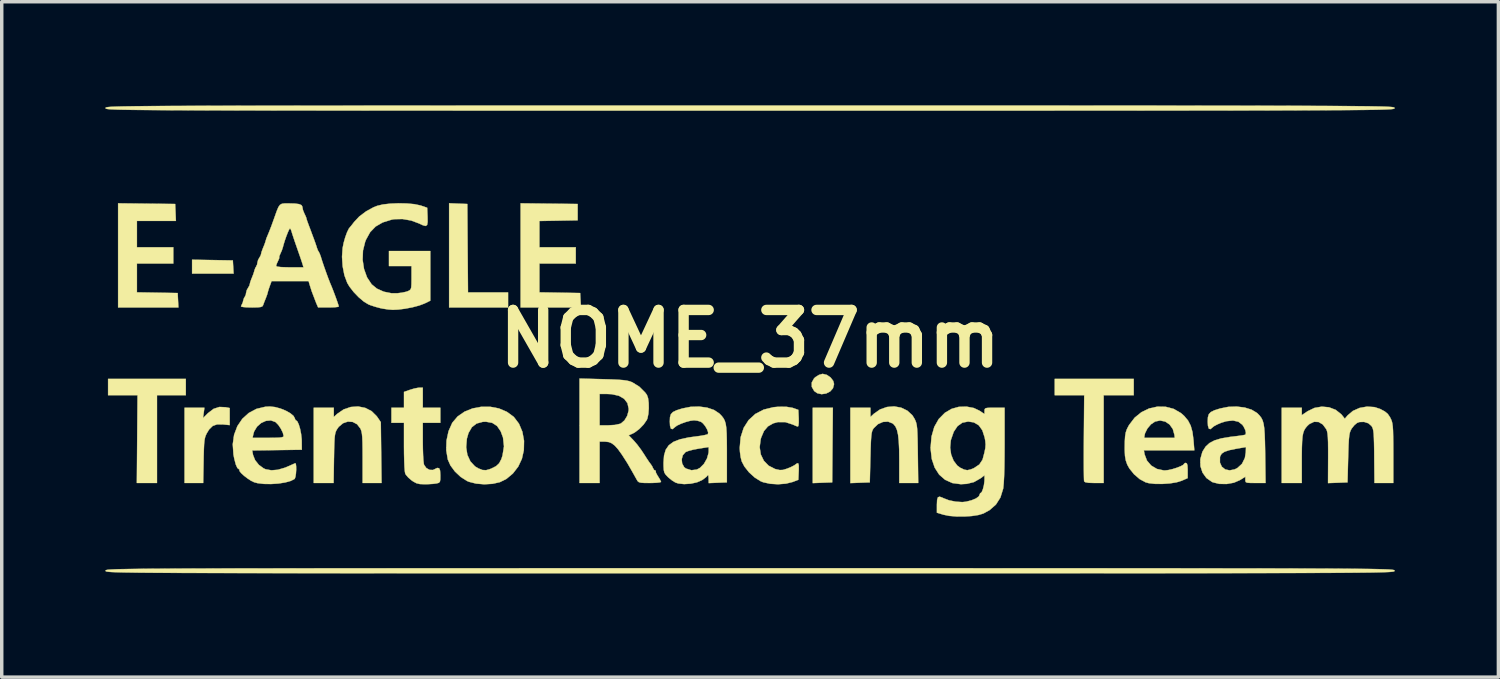
<source format=kicad_pcb>
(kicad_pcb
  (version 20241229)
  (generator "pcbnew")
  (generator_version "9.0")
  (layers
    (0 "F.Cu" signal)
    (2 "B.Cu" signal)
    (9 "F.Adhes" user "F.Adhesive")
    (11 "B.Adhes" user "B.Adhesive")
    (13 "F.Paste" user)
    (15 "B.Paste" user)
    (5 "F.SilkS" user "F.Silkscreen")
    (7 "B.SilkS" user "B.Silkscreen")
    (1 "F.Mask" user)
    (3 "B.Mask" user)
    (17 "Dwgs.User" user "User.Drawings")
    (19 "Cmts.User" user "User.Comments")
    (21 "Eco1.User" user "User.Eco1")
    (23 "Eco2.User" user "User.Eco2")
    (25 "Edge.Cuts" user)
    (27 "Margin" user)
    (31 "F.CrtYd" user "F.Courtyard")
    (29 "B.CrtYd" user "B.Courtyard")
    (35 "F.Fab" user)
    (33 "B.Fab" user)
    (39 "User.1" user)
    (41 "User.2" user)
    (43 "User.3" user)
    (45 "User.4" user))
  (footprint "NOME_37mm"
    (layer "F.Cu")
    (at 18.656 6.754)
    (property "Reference" "NOME_37mm" (at 0 0 0) (layer "F.SilkS") (effects (font (size 1.524 1.524) (thickness 0.3))))
    (attr through_hole)
    (fp_poly (pts (xy -15.557 -2.278) (xy -14.968 -2.268) (xy -14.946 -1.887) (xy -16.147 -1.887) (xy -16.147 -2.288) (xy -15.557 -2.278)) (stroke (width 0.01) (type solid)) (fill yes) (layer "F.SilkS"))
    (fp_poly (pts (xy 2.386 3.075) (xy 2.377 4.155) (xy 2.095 4.165) (xy 1.814 4.176) (xy 1.814 1.996) (xy 2.396 1.996) (xy 2.386 3.075)) (stroke (width 0.01) (type solid)) (fill yes) (layer "F.SilkS"))
    (fp_poly (pts (xy -8.445 -3.911) (xy -8.182 -3.901) (xy -8.173 -2.622) (xy -8.163 -1.343) (xy -7.003 -1.343) (xy -7.003 -0.907) (xy -8.709 -0.907) (xy -8.709 -3.922) (xy -8.445 -3.911)) (stroke (width 0.01) (type solid)) (fill yes) (layer "F.SilkS"))
    (fp_poly (pts (xy -16.329 1.633) (xy -17.163 1.633) (xy -17.163 4.173) (xy -17.746 4.173) (xy -17.736 2.903) (xy -17.726 1.633) (xy -18.152 1.633) (xy -18.578 1.633) (xy -18.578 1.161) (xy -16.329 1.161) (xy -16.329 1.633)) (stroke (width 0.01) (type solid)) (fill yes) (layer "F.SilkS"))
    (fp_poly (pts (xy -17.462 -3.91) (xy -16.637 -3.901) (xy -16.626 -3.656) (xy -16.616 -3.411) (xy -17.744 -3.411) (xy -17.744 -2.649) (xy -16.691 -2.649) (xy -16.691 -2.177) (xy -17.744 -2.177) (xy -17.744 -1.344) (xy -17.154 -1.334) (xy -16.564 -1.324) (xy -16.554 -1.116) (xy -16.543 -0.907) (xy -18.288 -0.907) (xy -18.288 -3.92) (xy -17.462 -3.91)) (stroke (width 0.01) (type solid)) (fill yes) (layer "F.SilkS"))
    (fp_poly (pts (xy -5.815 -3.91) (xy -4.989 -3.901) (xy -4.989 -3.429) (xy -5.543 -3.419) (xy -6.096 -3.409) (xy -6.096 -2.649) (xy -5.044 -2.649) (xy -5.044 -2.177) (xy -6.096 -2.177) (xy -6.096 -1.344) (xy -5.506 -1.334) (xy -4.917 -1.324) (xy -4.906 -1.116) (xy -4.895 -0.907) (xy -6.64 -0.907) (xy -6.64 -3.92) (xy -5.815 -3.91)) (stroke (width 0.01) (type solid)) (fill yes) (layer "F.SilkS"))
    (fp_poly (pts (xy 2.223 1.045) (xy 2.331 1.12) (xy 2.407 1.22) (xy 2.431 1.311) (xy 2.399 1.432) (xy 2.317 1.525) (xy 2.201 1.584) (xy 2.071 1.603) (xy 1.945 1.575) (xy 1.857 1.513) (xy 1.787 1.393) (xy 1.785 1.267) (xy 1.851 1.148) (xy 1.89 1.11) (xy 1.992 1.046) (xy 2.094 1.016) (xy 2.105 1.016) (xy 2.223 1.045)) (stroke (width 0.01) (type solid)) (fill yes) (layer "F.SilkS"))
    (fp_poly (pts (xy 11.103 1.633) (xy 10.233 1.633) (xy 10.233 4.173) (xy 9.959 4.173) (xy 9.798 4.168) (xy 9.702 4.151) (xy 9.668 4.126) (xy 9.664 4.08) (xy 9.661 3.97) (xy 9.659 3.805) (xy 9.658 3.593) (xy 9.658 3.345) (xy 9.659 3.068) (xy 9.66 2.856) (xy 9.67 1.633) (xy 9.244 1.633) (xy 8.817 1.633) (xy 8.817 1.161) (xy 11.103 1.161) (xy 11.103 1.633)) (stroke (width 0.01) (type solid)) (fill yes) (layer "F.SilkS"))
    (fp_poly (pts (xy -15.179 1.981) (xy -15.059 2.004) (xy -15.059 2.498) (xy -15.257 2.478) (xy -15.425 2.477) (xy -15.551 2.522) (xy -15.653 2.622) (xy -15.72 2.731) (xy -15.75 2.793) (xy -15.772 2.857) (xy -15.788 2.938) (xy -15.799 3.046) (xy -15.806 3.196) (xy -15.812 3.399) (xy -15.814 3.529) (xy -15.826 4.173) (xy -16.365 4.173) (xy -16.365 1.996) (xy -15.791 1.996) (xy -15.811 2.146) (xy -15.832 2.297) (xy -15.687 2.152) (xy -15.526 2.028) (xy -15.356 1.973) (xy -15.179 1.981)) (stroke (width 0.01) (type solid)) (fill yes) (layer "F.SilkS"))
    (fp_poly (pts (xy -11.136 2) (xy -10.952 2.094) (xy -10.803 2.242) (xy -10.79 2.26) (xy -10.686 2.413) (xy -10.675 3.293) (xy -10.664 4.173) (xy -11.212 4.173) (xy -11.212 3.449) (xy -11.213 3.193) (xy -11.216 2.998) (xy -11.222 2.855) (xy -11.232 2.751) (xy -11.247 2.675) (xy -11.267 2.618) (xy -11.276 2.598) (xy -11.373 2.473) (xy -11.499 2.406) (xy -11.639 2.396) (xy -11.778 2.443) (xy -11.903 2.547) (xy -11.948 2.61) (xy -11.976 2.659) (xy -11.997 2.712) (xy -12.012 2.781) (xy -12.023 2.876) (xy -12.03 3.008) (xy -12.036 3.19) (xy -12.04 3.432) (xy -12.041 3.456) (xy -12.052 4.173) (xy -12.627 4.173) (xy -12.627 1.996) (xy -12.047 1.996) (xy -12.047 2.263) (xy -11.947 2.172) (xy -11.761 2.044) (xy -11.555 1.974) (xy -11.342 1.959) (xy -11.136 2)) (stroke (width 0.01) (type solid)) (fill yes) (layer "F.SilkS"))
    (fp_poly (pts (xy 4.37 1.993) (xy 4.55 2.079) (xy 4.696 2.213) (xy 4.762 2.319) (xy 4.788 2.376) (xy 4.809 2.435) (xy 4.824 2.506) (xy 4.835 2.598) (xy 4.842 2.724) (xy 4.848 2.893) (xy 4.852 3.116) (xy 4.855 3.329) (xy 4.866 4.173) (xy 4.318 4.173) (xy 4.318 3.508) (xy 4.315 3.203) (xy 4.303 2.961) (xy 4.283 2.776) (xy 4.251 2.637) (xy 4.207 2.537) (xy 4.149 2.468) (xy 4.125 2.449) (xy 3.993 2.397) (xy 3.846 2.406) (xy 3.703 2.469) (xy 3.581 2.584) (xy 3.578 2.588) (xy 3.552 2.628) (xy 3.532 2.676) (xy 3.517 2.743) (xy 3.506 2.839) (xy 3.497 2.975) (xy 3.49 3.161) (xy 3.484 3.409) (xy 3.483 3.422) (xy 3.465 4.155) (xy 3.184 4.165) (xy 2.903 4.176) (xy 2.903 1.996) (xy 3.483 1.996) (xy 3.483 2.263) (xy 3.583 2.17) (xy 3.763 2.044) (xy 3.963 1.974) (xy 4.17 1.957) (xy 4.37 1.993)) (stroke (width 0.01) (type solid)) (fill yes) (layer "F.SilkS"))
    (fp_poly (pts (xy -9.471 1.415) (xy -9.471 1.996) (xy -8.963 1.996) (xy -8.963 2.431) (xy -9.471 2.431) (xy -9.471 2.991) (xy -9.468 3.193) (xy -9.462 3.375) (xy -9.453 3.523) (xy -9.441 3.62) (xy -9.435 3.645) (xy -9.371 3.738) (xy -9.277 3.793) (xy -9.179 3.797) (xy -9.142 3.781) (xy -9.054 3.737) (xy -8.999 3.746) (xy -8.971 3.812) (xy -8.963 3.943) (xy -8.963 3.951) (xy -8.964 4.07) (xy -8.976 4.136) (xy -9.007 4.168) (xy -9.066 4.184) (xy -9.076 4.186) (xy -9.175 4.199) (xy -9.311 4.207) (xy -9.415 4.209) (xy -9.555 4.204) (xy -9.655 4.18) (xy -9.748 4.13) (xy -9.793 4.099) (xy -9.889 4.017) (xy -9.961 3.933) (xy -9.98 3.897) (xy -9.991 3.833) (xy -10.001 3.709) (xy -10.008 3.539) (xy -10.013 3.336) (xy -10.015 3.118) (xy -10.015 2.431) (xy -10.378 2.431) (xy -10.378 1.996) (xy -10.015 1.996) (xy -10.015 1.538) (xy -9.842 1.477) (xy -9.719 1.44) (xy -9.607 1.418) (xy -9.57 1.415) (xy -9.471 1.415)) (stroke (width 0.01) (type solid)) (fill yes) (layer "F.SilkS"))
    (fp_poly (pts (xy 1.054 1.969) (xy 1.232 1.999) (xy 1.252 2.006) (xy 1.397 2.057) (xy 1.408 2.299) (xy 1.409 2.42) (xy 1.401 2.507) (xy 1.386 2.54) (xy 1.386 2.54) (xy 1.334 2.525) (xy 1.25 2.488) (xy 1.237 2.482) (xy 1.022 2.412) (xy 0.804 2.411) (xy 0.671 2.447) (xy 0.517 2.535) (xy 0.403 2.668) (xy 0.322 2.857) (xy 0.307 2.909) (xy 0.278 3.136) (xy 0.31 3.346) (xy 0.398 3.529) (xy 0.537 3.672) (xy 0.72 3.766) (xy 0.746 3.774) (xy 0.859 3.799) (xy 0.952 3.795) (xy 1.066 3.76) (xy 1.08 3.755) (xy 1.192 3.708) (xy 1.282 3.661) (xy 1.309 3.642) (xy 1.363 3.603) (xy 1.395 3.607) (xy 1.409 3.663) (xy 1.41 3.78) (xy 1.408 3.836) (xy 1.397 4.08) (xy 1.234 4.143) (xy 1.038 4.192) (xy 0.811 4.21) (xy 0.583 4.196) (xy 0.381 4.152) (xy 0.308 4.123) (xy 0.135 4.015) (xy -0.029 3.866) (xy -0.163 3.697) (xy -0.241 3.548) (xy -0.272 3.425) (xy -0.293 3.269) (xy -0.299 3.157) (xy -0.272 2.848) (xy -0.185 2.579) (xy -0.042 2.354) (xy 0.151 2.176) (xy 0.393 2.05) (xy 0.679 1.98) (xy 0.813 1.968) (xy 1.054 1.969)) (stroke (width 0.01) (type solid)) (fill yes) (layer "F.SilkS"))
    (fp_poly (pts (xy -7.268 2.016) (xy -7.037 2.114) (xy -6.837 2.261) (xy -6.834 2.265) (xy -6.687 2.458) (xy -6.589 2.692) (xy -6.541 2.953) (xy -6.547 3.225) (xy -6.603 3.473) (xy -6.709 3.699) (xy -6.864 3.899) (xy -7.052 4.056) (xy -7.24 4.149) (xy -7.453 4.197) (xy -7.691 4.211) (xy -7.927 4.191) (xy -8.132 4.139) (xy -8.19 4.115) (xy -8.374 3.998) (xy -8.54 3.842) (xy -8.671 3.665) (xy -8.747 3.494) (xy -8.792 3.226) (xy -8.79 3.138) (xy -8.216 3.138) (xy -8.181 3.359) (xy -8.094 3.548) (xy -7.959 3.693) (xy -7.867 3.749) (xy -7.746 3.797) (xy -7.64 3.803) (xy -7.516 3.767) (xy -7.484 3.754) (xy -7.35 3.686) (xy -7.261 3.603) (xy -7.198 3.484) (xy -7.164 3.379) (xy -7.121 3.114) (xy -7.149 2.859) (xy -7.217 2.676) (xy -7.322 2.523) (xy -7.463 2.432) (xy -7.644 2.4) (xy -7.736 2.404) (xy -7.914 2.452) (xy -8.051 2.559) (xy -8.148 2.726) (xy -8.196 2.893) (xy -8.216 3.138) (xy -8.79 3.138) (xy -8.784 2.945) (xy -8.726 2.675) (xy -8.621 2.438) (xy -8.613 2.425) (xy -8.46 2.245) (xy -8.261 2.108) (xy -8.029 2.015) (xy -7.778 1.968) (xy -7.52 1.968) (xy -7.268 2.016)) (stroke (width 0.01) (type solid)) (fill yes) (layer "F.SilkS"))
    (fp_poly (pts (xy 12.027 1.968) (xy 12.259 2.029) (xy 12.471 2.151) (xy 12.561 2.231) (xy 12.674 2.365) (xy 12.752 2.515) (xy 12.803 2.699) (xy 12.833 2.935) (xy 12.834 2.948) (xy 12.856 3.229) (xy 11.396 3.229) (xy 11.418 3.347) (xy 11.486 3.526) (xy 11.609 3.669) (xy 11.775 3.767) (xy 11.971 3.809) (xy 12.006 3.81) (xy 12.104 3.799) (xy 12.226 3.771) (xy 12.351 3.732) (xy 12.461 3.689) (xy 12.535 3.649) (xy 12.555 3.624) (xy 12.584 3.596) (xy 12.609 3.592) (xy 12.641 3.609) (xy 12.658 3.668) (xy 12.664 3.783) (xy 12.664 3.812) (xy 12.664 4.032) (xy 12.491 4.108) (xy 12.342 4.154) (xy 12.148 4.185) (xy 11.934 4.2) (xy 11.724 4.199) (xy 11.543 4.179) (xy 11.446 4.153) (xy 11.276 4.061) (xy 11.112 3.92) (xy 10.977 3.752) (xy 10.916 3.642) (xy 10.874 3.523) (xy 10.85 3.389) (xy 10.842 3.215) (xy 10.842 3.16) (xy 10.845 2.963) (xy 10.851 2.867) (xy 11.404 2.867) (xy 12.291 2.867) (xy 12.281 2.78) (xy 12.234 2.611) (xy 12.14 2.48) (xy 12.013 2.395) (xy 11.865 2.365) (xy 11.721 2.395) (xy 11.603 2.474) (xy 11.499 2.596) (xy 11.431 2.732) (xy 11.422 2.767) (xy 11.404 2.867) (xy 10.851 2.867) (xy 10.854 2.82) (xy 10.872 2.712) (xy 10.903 2.62) (xy 10.951 2.526) (xy 10.971 2.492) (xy 11.131 2.282) (xy 11.328 2.123) (xy 11.55 2.016) (xy 11.787 1.964) (xy 12.027 1.968)) (stroke (width 0.01) (type solid)) (fill yes) (layer "F.SilkS"))
    (fp_poly (pts (xy -9.935 -3.916) (xy -9.717 -3.896) (xy -9.545 -3.86) (xy -9.525 -3.854) (xy -9.344 -3.792) (xy -9.333 -3.529) (xy -9.331 -3.379) (xy -9.346 -3.294) (xy -9.388 -3.265) (xy -9.467 -3.285) (xy -9.573 -3.335) (xy -9.805 -3.422) (xy -10.057 -3.466) (xy -10.3 -3.461) (xy -10.371 -3.448) (xy -10.632 -3.367) (xy -10.836 -3.249) (xy -10.994 -3.086) (xy -11.114 -2.869) (xy -11.139 -2.806) (xy -11.202 -2.553) (xy -11.212 -2.285) (xy -11.172 -2.021) (xy -11.085 -1.779) (xy -10.953 -1.578) (xy -10.952 -1.577) (xy -10.798 -1.451) (xy -10.598 -1.362) (xy -10.373 -1.317) (xy -10.214 -1.317) (xy -10.077 -1.334) (xy -9.955 -1.36) (xy -9.897 -1.38) (xy -9.85 -1.405) (xy -9.821 -1.436) (xy -9.805 -1.489) (xy -9.799 -1.581) (xy -9.797 -1.726) (xy -9.797 -1.766) (xy -9.797 -2.105) (xy -10.45 -2.105) (xy -10.45 -2.54) (xy -9.253 -2.54) (xy -9.253 -1.103) (xy -9.423 -1.02) (xy -9.572 -0.964) (xy -9.767 -0.912) (xy -9.981 -0.871) (xy -10.187 -0.845) (xy -10.341 -0.838) (xy -10.476 -0.849) (xy -10.632 -0.873) (xy -10.704 -0.888) (xy -10.848 -0.927) (xy -10.988 -0.973) (xy -11.045 -0.996) (xy -11.178 -1.077) (xy -11.327 -1.203) (xy -11.472 -1.354) (xy -11.594 -1.512) (xy -11.657 -1.618) (xy -11.739 -1.837) (xy -11.79 -2.098) (xy -11.808 -2.373) (xy -11.791 -2.623) (xy -11.761 -2.776) (xy -11.716 -2.935) (xy -11.664 -3.078) (xy -11.612 -3.186) (xy -11.578 -3.229) (xy -11.545 -3.267) (xy -11.487 -3.342) (xy -11.458 -3.38) (xy -11.308 -3.54) (xy -11.111 -3.688) (xy -10.894 -3.807) (xy -10.792 -3.847) (xy -10.625 -3.887) (xy -10.412 -3.911) (xy -10.174 -3.921) (xy -9.935 -3.916)) (stroke (width 0.01) (type solid)) (fill yes) (layer "F.SilkS"))
    (fp_poly (pts (xy 18.07 1.977) (xy 18.234 2.031) (xy 18.367 2.102) (xy 18.454 2.173) (xy 18.517 2.265) (xy 18.551 2.333) (xy 18.572 2.386) (xy 18.587 2.451) (xy 18.599 2.539) (xy 18.607 2.658) (xy 18.611 2.82) (xy 18.614 3.034) (xy 18.615 3.31) (xy 18.615 3.321) (xy 18.615 4.173) (xy 18.07 4.173) (xy 18.064 3.529) (xy 18.062 3.249) (xy 18.058 3.033) (xy 18.053 2.87) (xy 18.047 2.751) (xy 18.037 2.666) (xy 18.024 2.607) (xy 18.007 2.562) (xy 17.984 2.524) (xy 17.983 2.523) (xy 17.894 2.445) (xy 17.768 2.405) (xy 17.636 2.409) (xy 17.566 2.435) (xy 17.487 2.501) (xy 17.411 2.596) (xy 17.401 2.613) (xy 17.375 2.664) (xy 17.355 2.724) (xy 17.34 2.804) (xy 17.329 2.916) (xy 17.32 3.07) (xy 17.313 3.278) (xy 17.308 3.447) (xy 17.29 4.155) (xy 16.726 4.176) (xy 16.729 3.452) (xy 16.729 3.191) (xy 16.727 2.993) (xy 16.721 2.847) (xy 16.711 2.742) (xy 16.696 2.67) (xy 16.676 2.618) (xy 16.676 2.618) (xy 16.575 2.48) (xy 16.454 2.408) (xy 16.322 2.402) (xy 16.189 2.465) (xy 16.129 2.519) (xy 16.077 2.58) (xy 16.037 2.645) (xy 16.008 2.724) (xy 15.988 2.827) (xy 15.976 2.967) (xy 15.969 3.152) (xy 15.966 3.393) (xy 15.966 3.547) (xy 15.966 4.173) (xy 15.385 4.173) (xy 15.385 1.996) (xy 15.966 1.996) (xy 15.966 2.211) (xy 16.136 2.096) (xy 16.333 2.001) (xy 16.545 1.964) (xy 16.755 1.983) (xy 16.948 2.057) (xy 17.107 2.183) (xy 17.131 2.211) (xy 17.212 2.313) (xy 17.293 2.217) (xy 17.446 2.087) (xy 17.64 2.001) (xy 17.855 1.963) (xy 18.07 1.977)) (stroke (width 0.01) (type solid)) (fill yes) (layer "F.SilkS"))
    (fp_poly (pts (xy -13.748 1.976) (xy -13.589 2.019) (xy -13.436 2.081) (xy -13.305 2.155) (xy -13.212 2.232) (xy -13.172 2.305) (xy -13.172 2.312) (xy -13.152 2.355) (xy -13.14 2.359) (xy -13.101 2.392) (xy -13.06 2.48) (xy -13.022 2.606) (xy -12.993 2.753) (xy -12.976 2.902) (xy -12.974 2.957) (xy -12.972 3.211) (xy -13.69 3.221) (xy -14.408 3.231) (xy -14.383 3.364) (xy -14.324 3.512) (xy -14.215 3.649) (xy -14.077 3.75) (xy -14.016 3.777) (xy -13.852 3.806) (xy -13.667 3.791) (xy -13.451 3.728) (xy -13.195 3.616) (xy -13.163 3.6) (xy -13.145 3.621) (xy -13.136 3.692) (xy -13.135 3.792) (xy -13.142 3.899) (xy -13.156 3.992) (xy -13.176 4.05) (xy -13.181 4.056) (xy -13.291 4.113) (xy -13.454 4.158) (xy -13.651 4.189) (xy -13.862 4.203) (xy -14.069 4.2) (xy -14.252 4.178) (xy -14.353 4.151) (xy -14.443 4.107) (xy -14.545 4.04) (xy -14.645 3.963) (xy -14.726 3.888) (xy -14.775 3.827) (xy -14.779 3.796) (xy -14.783 3.775) (xy -14.794 3.774) (xy -14.838 3.738) (xy -14.883 3.636) (xy -14.926 3.472) (xy -14.95 3.349) (xy -14.97 3.052) (xy -14.944 2.867) (xy -14.398 2.867) (xy -13.948 2.867) (xy -13.758 2.865) (xy -13.628 2.861) (xy -13.55 2.851) (xy -13.51 2.836) (xy -13.498 2.813) (xy -13.498 2.811) (xy -13.521 2.718) (xy -13.578 2.602) (xy -13.653 2.491) (xy -13.729 2.414) (xy -13.735 2.409) (xy -13.866 2.362) (xy -14.01 2.375) (xy -14.148 2.437) (xy -14.267 2.541) (xy -14.35 2.678) (xy -14.37 2.742) (xy -14.398 2.867) (xy -14.944 2.867) (xy -14.931 2.777) (xy -14.837 2.529) (xy -14.694 2.317) (xy -14.507 2.147) (xy -14.283 2.028) (xy -14.026 1.967) (xy -13.897 1.96) (xy -13.748 1.976)) (stroke (width 0.01) (type solid)) (fill yes) (layer "F.SilkS"))
    (fp_poly (pts (xy -4.254 1.169) (xy -4.004 1.176) (xy -3.814 1.185) (xy -3.673 1.196) (xy -3.567 1.211) (xy -3.486 1.23) (xy -3.417 1.256) (xy -3.41 1.259) (xy -3.206 1.385) (xy -3.032 1.559) (xy -2.985 1.624) (xy -2.952 1.716) (xy -2.934 1.855) (xy -2.931 2.015) (xy -2.943 2.172) (xy -2.969 2.301) (xy -2.987 2.346) (xy -3.08 2.481) (xy -3.207 2.612) (xy -3.343 2.714) (xy -3.398 2.743) (xy -3.513 2.792) (xy -3.362 2.95) (xy -3.263 3.065) (xy -3.154 3.211) (xy -3.068 3.341) (xy -2.992 3.46) (xy -2.926 3.559) (xy -2.883 3.617) (xy -2.88 3.62) (xy -2.831 3.693) (xy -2.812 3.738) (xy -2.777 3.796) (xy -2.749 3.81) (xy -2.726 3.824) (xy -2.73 3.831) (xy -2.725 3.871) (xy -2.686 3.946) (xy -2.664 3.981) (xy -2.61 4.068) (xy -2.579 4.13) (xy -2.576 4.142) (xy -2.61 4.155) (xy -2.7 4.166) (xy -2.83 4.172) (xy -2.901 4.173) (xy -3.057 4.172) (xy -3.156 4.165) (xy -3.215 4.15) (xy -3.251 4.122) (xy -3.273 4.087) (xy -3.335 3.976) (xy -3.408 3.846) (xy -3.481 3.719) (xy -3.541 3.615) (xy -3.575 3.56) (xy -3.71 3.35) (xy -3.82 3.197) (xy -3.915 3.091) (xy -4.002 3.024) (xy -4.093 2.988) (xy -4.195 2.976) (xy -4.225 2.975) (xy -4.354 2.975) (xy -4.354 4.173) (xy -4.935 4.173) (xy -4.935 1.597) (xy -4.354 1.597) (xy -4.354 2.504) (xy -4.098 2.504) (xy -3.911 2.493) (xy -3.769 2.462) (xy -3.733 2.447) (xy -3.634 2.361) (xy -3.556 2.231) (xy -3.515 2.083) (xy -3.512 2.026) (xy -3.548 1.863) (xy -3.644 1.737) (xy -3.797 1.649) (xy -4.004 1.603) (xy -4.137 1.597) (xy -4.354 1.597) (xy -4.935 1.597) (xy -4.935 1.151) (xy -4.254 1.169)) (stroke (width 0.01) (type solid)) (fill yes) (layer "F.SilkS"))
    (fp_poly (pts (xy 14.314 1.99) (xy 14.514 2.052) (xy 14.668 2.145) (xy 14.684 2.159) (xy 14.747 2.224) (xy 14.797 2.29) (xy 14.834 2.366) (xy 14.861 2.462) (xy 14.88 2.588) (xy 14.892 2.754) (xy 14.9 2.971) (xy 14.906 3.247) (xy 14.907 3.329) (xy 14.918 4.173) (xy 14.626 4.173) (xy 14.481 4.172) (xy 14.394 4.166) (xy 14.35 4.151) (xy 14.335 4.121) (xy 14.333 4.082) (xy 14.333 3.991) (xy 14.179 4.088) (xy 14.003 4.164) (xy 13.794 4.202) (xy 13.581 4.199) (xy 13.393 4.153) (xy 13.368 4.142) (xy 13.207 4.029) (xy 13.094 3.873) (xy 13.034 3.687) (xy 13.032 3.582) (xy 13.598 3.582) (xy 13.652 3.702) (xy 13.749 3.78) (xy 13.878 3.808) (xy 14.025 3.779) (xy 14.104 3.739) (xy 14.236 3.618) (xy 14.319 3.451) (xy 14.346 3.285) (xy 14.351 3.134) (xy 14.061 3.184) (xy 13.866 3.224) (xy 13.732 3.269) (xy 13.649 3.324) (xy 13.606 3.396) (xy 13.599 3.427) (xy 13.598 3.582) (xy 13.032 3.582) (xy 13.03 3.485) (xy 13.087 3.281) (xy 13.101 3.251) (xy 13.185 3.119) (xy 13.295 3.018) (xy 13.441 2.941) (xy 13.635 2.883) (xy 13.888 2.84) (xy 13.98 2.829) (xy 14.128 2.811) (xy 14.247 2.794) (xy 14.32 2.78) (xy 14.333 2.776) (xy 14.35 2.727) (xy 14.332 2.642) (xy 14.285 2.544) (xy 14.247 2.488) (xy 14.132 2.4) (xy 13.975 2.365) (xy 13.783 2.385) (xy 13.638 2.429) (xy 13.52 2.479) (xy 13.427 2.529) (xy 13.388 2.56) (xy 13.323 2.615) (xy 13.277 2.601) (xy 13.251 2.517) (xy 13.244 2.396) (xy 13.25 2.27) (xy 13.276 2.183) (xy 13.334 2.121) (xy 13.437 2.07) (xy 13.599 2.019) (xy 13.605 2.017) (xy 13.841 1.97) (xy 14.083 1.962) (xy 14.314 1.99)) (stroke (width 0.01) (type solid)) (fill yes) (layer "F.SilkS"))
    (fp_poly (pts (xy -1.242 1.993) (xy -1.043 2.06) (xy -0.891 2.161) (xy -0.884 2.167) (xy -0.819 2.235) (xy -0.769 2.3) (xy -0.732 2.372) (xy -0.705 2.461) (xy -0.688 2.578) (xy -0.678 2.733) (xy -0.673 2.936) (xy -0.671 3.197) (xy -0.671 3.32) (xy -0.671 4.155) (xy -0.934 4.165) (xy -1.197 4.176) (xy -1.2 4.038) (xy -1.206 3.963) (xy -1.218 3.941) (xy -1.222 3.948) (xy -1.262 3.994) (xy -1.343 4.057) (xy -1.391 4.09) (xy -1.537 4.154) (xy -1.718 4.193) (xy -1.907 4.205) (xy -2.075 4.187) (xy -2.159 4.16) (xy -2.255 4.101) (xy -2.359 4.017) (xy -2.386 3.991) (xy -2.445 3.928) (xy -2.48 3.871) (xy -2.497 3.797) (xy -2.503 3.686) (xy -2.504 3.587) (xy -2.497 3.488) (xy -1.978 3.488) (xy -1.965 3.611) (xy -1.907 3.715) (xy -1.855 3.755) (xy -1.697 3.804) (xy -1.54 3.784) (xy -1.447 3.734) (xy -1.334 3.619) (xy -1.246 3.464) (xy -1.201 3.303) (xy -1.197 3.255) (xy -1.197 3.133) (xy -1.492 3.18) (xy -1.641 3.208) (xy -1.771 3.242) (xy -1.857 3.274) (xy -1.868 3.28) (xy -1.946 3.369) (xy -1.978 3.488) (xy -2.497 3.488) (xy -2.489 3.378) (xy -2.441 3.212) (xy -2.352 3.082) (xy -2.217 2.983) (xy -2.027 2.909) (xy -1.777 2.855) (xy -1.576 2.828) (xy -1.428 2.808) (xy -1.308 2.786) (xy -1.234 2.766) (xy -1.22 2.759) (xy -1.213 2.706) (xy -1.243 2.622) (xy -1.297 2.528) (xy -1.364 2.447) (xy -1.418 2.404) (xy -1.52 2.371) (xy -1.622 2.359) (xy -1.73 2.373) (xy -1.864 2.409) (xy -2 2.458) (xy -2.114 2.512) (xy -2.178 2.56) (xy -2.244 2.615) (xy -2.29 2.601) (xy -2.316 2.517) (xy -2.322 2.396) (xy -2.317 2.27) (xy -2.291 2.183) (xy -2.233 2.121) (xy -2.129 2.07) (xy -1.968 2.019) (xy -1.962 2.017) (xy -1.719 1.969) (xy -1.473 1.962) (xy -1.242 1.993)) (stroke (width 0.01) (type solid)) (fill yes) (layer "F.SilkS"))
    (fp_poly (pts (xy 6.474 2.003) (xy 6.635 2.079) (xy 6.785 2.178) (xy 6.785 2.087) (xy 6.788 2.042) (xy 6.807 2.015) (xy 6.857 2.001) (xy 6.952 1.996) (xy 7.076 1.996) (xy 7.366 1.996) (xy 7.366 3.06) (xy 7.364 3.414) (xy 7.36 3.722) (xy 7.352 3.978) (xy 7.341 4.176) (xy 7.328 4.31) (xy 7.324 4.339) (xy 7.245 4.593) (xy 7.115 4.797) (xy 6.93 4.959) (xy 6.753 5.056) (xy 6.61 5.099) (xy 6.417 5.129) (xy 6.198 5.143) (xy 5.973 5.142) (xy 5.765 5.125) (xy 5.597 5.091) (xy 5.407 5.033) (xy 5.407 4.803) (xy 5.413 4.663) (xy 5.436 4.588) (xy 5.485 4.569) (xy 5.567 4.598) (xy 5.597 4.613) (xy 5.759 4.675) (xy 5.953 4.714) (xy 6.145 4.726) (xy 6.25 4.715) (xy 6.41 4.674) (xy 6.538 4.621) (xy 6.619 4.562) (xy 6.64 4.517) (xy 6.659 4.469) (xy 6.675 4.463) (xy 6.707 4.431) (xy 6.74 4.348) (xy 6.768 4.236) (xy 6.783 4.118) (xy 6.785 4.071) (xy 6.785 3.951) (xy 6.668 4.039) (xy 6.482 4.145) (xy 6.273 4.198) (xy 6.1 4.208) (xy 5.855 4.175) (xy 5.645 4.081) (xy 5.472 3.93) (xy 5.343 3.728) (xy 5.259 3.479) (xy 5.226 3.189) (xy 5.225 3.15) (xy 5.79 3.15) (xy 5.819 3.35) (xy 5.89 3.529) (xy 5.997 3.67) (xy 6.085 3.734) (xy 6.198 3.787) (xy 6.287 3.803) (xy 6.383 3.782) (xy 6.483 3.74) (xy 6.634 3.639) (xy 6.725 3.503) (xy 6.737 3.465) (xy 6.783 3.29) (xy 6.809 3.161) (xy 6.816 3.056) (xy 6.807 2.952) (xy 6.789 2.855) (xy 6.722 2.648) (xy 6.618 2.503) (xy 6.475 2.419) (xy 6.311 2.395) (xy 6.143 2.428) (xy 6.003 2.528) (xy 5.894 2.691) (xy 5.815 2.918) (xy 5.808 2.947) (xy 5.79 3.15) (xy 5.225 3.15) (xy 5.225 3.149) (xy 5.252 2.828) (xy 5.331 2.551) (xy 5.461 2.321) (xy 5.639 2.141) (xy 5.835 2.027) (xy 6.041 1.97) (xy 6.262 1.963) (xy 6.474 2.003)) (stroke (width 0.01) (type solid)) (fill yes) (layer "F.SilkS"))
    (fp_poly (pts (xy -13.172 -3.913) (xy -13.051 -3.897) (xy -12.981 -3.867) (xy -12.955 -3.819) (xy -12.954 -3.804) (xy -12.938 -3.723) (xy -12.899 -3.627) (xy -12.86 -3.546) (xy -12.84 -3.494) (xy -12.84 -3.493) (xy -12.836 -3.472) (xy -12.827 -3.441) (xy -12.809 -3.388) (xy -12.777 -3.301) (xy -12.726 -3.167) (xy -12.682 -3.048) (xy -12.625 -2.895) (xy -12.577 -2.762) (xy -12.545 -2.668) (xy -12.536 -2.636) (xy -12.506 -2.556) (xy -12.487 -2.527) (xy -12.455 -2.466) (xy -12.42 -2.371) (xy -12.417 -2.359) (xy -12.379 -2.238) (xy -12.325 -2.079) (xy -12.264 -1.907) (xy -12.204 -1.744) (xy -12.154 -1.616) (xy -12.138 -1.578) (xy -12.098 -1.482) (xy -12.049 -1.356) (xy -11.998 -1.22) (xy -11.952 -1.092) (xy -11.918 -0.991) (xy -11.902 -0.937) (xy -11.902 -0.934) (xy -11.935 -0.922) (xy -12.024 -0.912) (xy -12.152 -0.908) (xy -12.201 -0.908) (xy -12.5 -0.908) (xy -12.559 -1.044) (xy -12.685 -1.374) (xy -12.741 -1.551) (xy -12.776 -1.669) (xy -13.847 -1.669) (xy -13.897 -1.533) (xy -13.932 -1.432) (xy -13.955 -1.355) (xy -13.957 -1.344) (xy -13.976 -1.277) (xy -14.012 -1.18) (xy -14.019 -1.163) (xy -14.06 -1.061) (xy -14.09 -0.979) (xy -14.093 -0.971) (xy -14.113 -0.939) (xy -14.159 -0.92) (xy -14.245 -0.91) (xy -14.386 -0.907) (xy -14.422 -0.907) (xy -14.562 -0.91) (xy -14.669 -0.919) (xy -14.727 -0.932) (xy -14.732 -0.937) (xy -14.71 -0.99) (xy -14.707 -0.993) (xy -14.682 -1.046) (xy -14.67 -1.098) (xy -14.645 -1.178) (xy -14.622 -1.213) (xy -14.592 -1.276) (xy -14.586 -1.323) (xy -14.563 -1.411) (xy -14.531 -1.467) (xy -14.489 -1.539) (xy -14.478 -1.581) (xy -14.464 -1.639) (xy -14.431 -1.733) (xy -14.417 -1.764) (xy -14.375 -1.871) (xy -14.347 -1.961) (xy -14.344 -1.977) (xy -14.316 -2.054) (xy -14.296 -2.084) (xy -14.285 -2.106) (xy -13.716 -2.106) (xy -13.681 -2.088) (xy -13.578 -2.075) (xy -13.413 -2.069) (xy -13.319 -2.068) (xy -12.923 -2.068) (xy -12.953 -2.168) (xy -12.977 -2.243) (xy -13.019 -2.367) (xy -13.073 -2.522) (xy -13.117 -2.649) (xy -13.174 -2.812) (xy -13.222 -2.956) (xy -13.257 -3.064) (xy -13.27 -3.111) (xy -13.295 -3.175) (xy -13.316 -3.193) (xy -13.339 -3.162) (xy -13.377 -3.079) (xy -13.421 -2.966) (xy -13.465 -2.839) (xy -13.502 -2.718) (xy -13.519 -2.653) (xy -13.55 -2.557) (xy -13.592 -2.463) (xy -13.623 -2.392) (xy -13.627 -2.359) (xy -13.625 -2.359) (xy -13.626 -2.331) (xy -13.655 -2.263) (xy -13.661 -2.252) (xy -13.699 -2.167) (xy -13.716 -2.108) (xy -13.716 -2.106) (xy -14.285 -2.106) (xy -14.266 -2.147) (xy -14.259 -2.193) (xy -14.237 -2.282) (xy -14.205 -2.338) (xy -14.163 -2.41) (xy -14.151 -2.452) (xy -14.138 -2.51) (xy -14.104 -2.603) (xy -14.091 -2.635) (xy -14.05 -2.736) (xy -14.023 -2.815) (xy -14.02 -2.829) (xy -13.997 -2.905) (xy -13.976 -2.956) (xy -13.92 -3.09) (xy -13.848 -3.276) (xy -13.769 -3.495) (xy -13.754 -3.538) (xy -13.695 -3.703) (xy -13.649 -3.812) (xy -13.603 -3.876) (xy -13.545 -3.908) (xy -13.463 -3.918) (xy -13.356 -3.918) (xy -13.172 -3.913)) (stroke (width 0.01) (type solid)) (fill yes) (layer "F.SilkS"))
    (fp_poly (pts (xy 1.389 -6.749) (xy 2.707 -6.749) (xy 3.956 -6.749) (xy 5.139 -6.749) (xy 6.256 -6.749) (xy 7.31 -6.749) (xy 8.302 -6.749) (xy 9.234 -6.749) (xy 10.109 -6.748) (xy 10.928 -6.748) (xy 11.693 -6.748) (xy 12.406 -6.747) (xy 13.068 -6.746) (xy 13.682 -6.746) (xy 14.248 -6.745) (xy 14.771 -6.744) (xy 15.25 -6.743) (xy 15.688 -6.742) (xy 16.086 -6.741) (xy 16.447 -6.739) (xy 16.773 -6.738) (xy 17.065 -6.736) (xy 17.325 -6.734) (xy 17.555 -6.732) (xy 17.756 -6.73) (xy 17.931 -6.728) (xy 18.082 -6.725) (xy 18.21 -6.723) (xy 18.317 -6.72) (xy 18.406 -6.717) (xy 18.477 -6.713) (xy 18.533 -6.71) (xy 18.575 -6.706) (xy 18.606 -6.702) (xy 18.627 -6.698) (xy 18.64 -6.693) (xy 18.647 -6.688) (xy 18.65 -6.683) (xy 18.651 -6.678) (xy 18.651 -6.677) (xy 18.651 -6.671) (xy 18.648 -6.666) (xy 18.642 -6.661) (xy 18.63 -6.657) (xy 18.611 -6.652) (xy 18.583 -6.648) (xy 18.543 -6.644) (xy 18.49 -6.641) (xy 18.422 -6.637) (xy 18.338 -6.634) (xy 18.235 -6.631) (xy 18.112 -6.628) (xy 17.966 -6.626) (xy 17.796 -6.623) (xy 17.601 -6.621) (xy 17.377 -6.619) (xy 17.124 -6.617) (xy 16.839 -6.616) (xy 16.521 -6.614) (xy 16.168 -6.613) (xy 15.778 -6.611) (xy 15.348 -6.61) (xy 14.878 -6.609) (xy 14.366 -6.608) (xy 13.809 -6.607) (xy 13.205 -6.607) (xy 12.554 -6.606) (xy 11.852 -6.606) (xy 11.099 -6.605) (xy 10.292 -6.605) (xy 9.429 -6.605) (xy 8.51 -6.604) (xy 7.53 -6.604) (xy 6.49 -6.604) (xy 5.387 -6.604) (xy 4.219 -6.604) (xy 2.984 -6.604) (xy 1.681 -6.604) (xy 0.308 -6.604) (xy 0 -6.604) (xy -1.389 -6.604) (xy -2.707 -6.604) (xy -3.956 -6.604) (xy -5.139 -6.604) (xy -6.256 -6.604) (xy -7.31 -6.604) (xy -8.302 -6.604) (xy -9.234 -6.605) (xy -10.109 -6.605) (xy -10.928 -6.605) (xy -11.693 -6.606) (xy -12.406 -6.606) (xy -13.068 -6.607) (xy -13.682 -6.607) (xy -14.248 -6.608) (xy -14.771 -6.609) (xy -15.25 -6.61) (xy -15.688 -6.611) (xy -16.086 -6.612) (xy -16.447 -6.614) (xy -16.773 -6.615) (xy -17.065 -6.617) (xy -17.325 -6.619) (xy -17.555 -6.621) (xy -17.756 -6.623) (xy -17.931 -6.625) (xy -18.082 -6.628) (xy -18.21 -6.63) (xy -18.317 -6.633) (xy -18.406 -6.637) (xy -18.477 -6.64) (xy -18.533 -6.643) (xy -18.575 -6.647) (xy -18.606 -6.651) (xy -18.627 -6.656) (xy -18.64 -6.66) (xy -18.647 -6.665) (xy -18.65 -6.67) (xy -18.651 -6.675) (xy -18.651 -6.677) (xy -18.651 -6.682) (xy -18.648 -6.687) (xy -18.642 -6.692) (xy -18.63 -6.697) (xy -18.611 -6.701) (xy -18.583 -6.705) (xy -18.543 -6.709) (xy -18.49 -6.713) (xy -18.422 -6.716) (xy -18.338 -6.719) (xy -18.235 -6.722) (xy -18.112 -6.725) (xy -17.966 -6.727) (xy -17.796 -6.73) (xy -17.601 -6.732) (xy -17.377 -6.734) (xy -17.124 -6.736) (xy -16.839 -6.738) (xy -16.521 -6.739) (xy -16.168 -6.741) (xy -15.778 -6.742) (xy -15.348 -6.743) (xy -14.878 -6.744) (xy -14.366 -6.745) (xy -13.809 -6.746) (xy -13.205 -6.746) (xy -12.554 -6.747) (xy -11.852 -6.747) (xy -11.099 -6.748) (xy -10.292 -6.748) (xy -9.429 -6.748) (xy -8.51 -6.749) (xy -7.53 -6.749) (xy -6.49 -6.749) (xy -5.387 -6.749) (xy -4.219 -6.749) (xy -2.984 -6.749) (xy -1.681 -6.749) (xy -0.308 -6.749) (xy 0 -6.749) (xy 1.389 -6.749)) (stroke (width 0.01) (type solid)) (fill yes) (layer "F.SilkS"))
    (fp_poly (pts (xy 1.389 6.64) (xy 2.707 6.64) (xy 3.956 6.64) (xy 5.139 6.64) (xy 6.256 6.64) (xy 7.31 6.641) (xy 8.302 6.641) (xy 9.234 6.641) (xy 10.109 6.641) (xy 10.928 6.642) (xy 11.693 6.642) (xy 12.406 6.642) (xy 13.068 6.643) (xy 13.682 6.644) (xy 14.248 6.644) (xy 14.771 6.645) (xy 15.25 6.646) (xy 15.688 6.647) (xy 16.086 6.649) (xy 16.447 6.65) (xy 16.773 6.651) (xy 17.065 6.653) (xy 17.325 6.655) (xy 17.555 6.657) (xy 17.756 6.659) (xy 17.931 6.661) (xy 18.082 6.664) (xy 18.21 6.667) (xy 18.317 6.67) (xy 18.406 6.673) (xy 18.477 6.676) (xy 18.533 6.68) (xy 18.575 6.684) (xy 18.606 6.688) (xy 18.627 6.692) (xy 18.64 6.696) (xy 18.647 6.701) (xy 18.65 6.706) (xy 18.651 6.712) (xy 18.651 6.713) (xy 18.651 6.718) (xy 18.648 6.723) (xy 18.642 6.728) (xy 18.63 6.733) (xy 18.611 6.737) (xy 18.583 6.741) (xy 18.543 6.745) (xy 18.49 6.749) (xy 18.422 6.752) (xy 18.338 6.755) (xy 18.235 6.758) (xy 18.112 6.761) (xy 17.966 6.764) (xy 17.796 6.766) (xy 17.601 6.768) (xy 17.377 6.77) (xy 17.124 6.772) (xy 16.839 6.774) (xy 16.521 6.775) (xy 16.168 6.777) (xy 15.778 6.778) (xy 15.348 6.779) (xy 14.878 6.78) (xy 14.366 6.781) (xy 13.809 6.782) (xy 13.205 6.783) (xy 12.554 6.783) (xy 11.852 6.784) (xy 11.099 6.784) (xy 10.292 6.784) (xy 9.429 6.785) (xy 8.51 6.785) (xy 7.53 6.785) (xy 6.49 6.785) (xy 5.387 6.785) (xy 4.219 6.785) (xy 2.984 6.785) (xy 1.681 6.785) (xy 0.308 6.785) (xy 0 6.785) (xy -1.389 6.785) (xy -2.707 6.785) (xy -3.956 6.785) (xy -5.139 6.785) (xy -6.256 6.785) (xy -7.31 6.785) (xy -8.302 6.785) (xy -9.234 6.785) (xy -10.109 6.785) (xy -10.928 6.784) (xy -11.693 6.784) (xy -12.406 6.783) (xy -13.068 6.783) (xy -13.682 6.782) (xy -14.248 6.781) (xy -14.771 6.78) (xy -15.25 6.779) (xy -15.688 6.778) (xy -16.086 6.777) (xy -16.447 6.776) (xy -16.773 6.774) (xy -17.065 6.773) (xy -17.325 6.771) (xy -17.555 6.769) (xy -17.756 6.767) (xy -17.931 6.764) (xy -18.082 6.762) (xy -18.21 6.759) (xy -18.317 6.756) (xy -18.406 6.753) (xy -18.477 6.75) (xy -18.533 6.746) (xy -18.575 6.742) (xy -18.606 6.738) (xy -18.627 6.734) (xy -18.64 6.729) (xy -18.647 6.724) (xy -18.65 6.719) (xy -18.651 6.714) (xy -18.651 6.713) (xy -18.651 6.707) (xy -18.648 6.702) (xy -18.642 6.697) (xy -18.63 6.693) (xy -18.611 6.689) (xy -18.583 6.684) (xy -18.543 6.681) (xy -18.49 6.677) (xy -18.422 6.674) (xy -18.338 6.67) (xy -18.235 6.667) (xy -18.112 6.665) (xy -17.966 6.662) (xy -17.796 6.66) (xy -17.601 6.657) (xy -17.377 6.655) (xy -17.124 6.654) (xy -16.839 6.652) (xy -16.521 6.65) (xy -16.168 6.649) (xy -15.778 6.648) (xy -15.348 6.646) (xy -14.878 6.645) (xy -14.366 6.645) (xy -13.809 6.644) (xy -13.205 6.643) (xy -12.554 6.642) (xy -11.852 6.642) (xy -11.099 6.642) (xy -10.292 6.641) (xy -9.429 6.641) (xy -8.51 6.641) (xy -7.53 6.641) (xy -6.49 6.64) (xy -5.387 6.64) (xy -4.219 6.64) (xy -2.984 6.64) (xy -1.681 6.64) (xy -0.308 6.64) (xy 0 6.64) (xy 1.389 6.64)) (stroke (width 0.01) (type solid)) (fill yes) (layer "F.SilkS")))
  (gr_rect
    (start -3 -3)
    (end 40.312 16.545)
    (stroke (width 0.1) (type default))
    (fill no)
    (layer "Edge.Cuts")))
</source>
